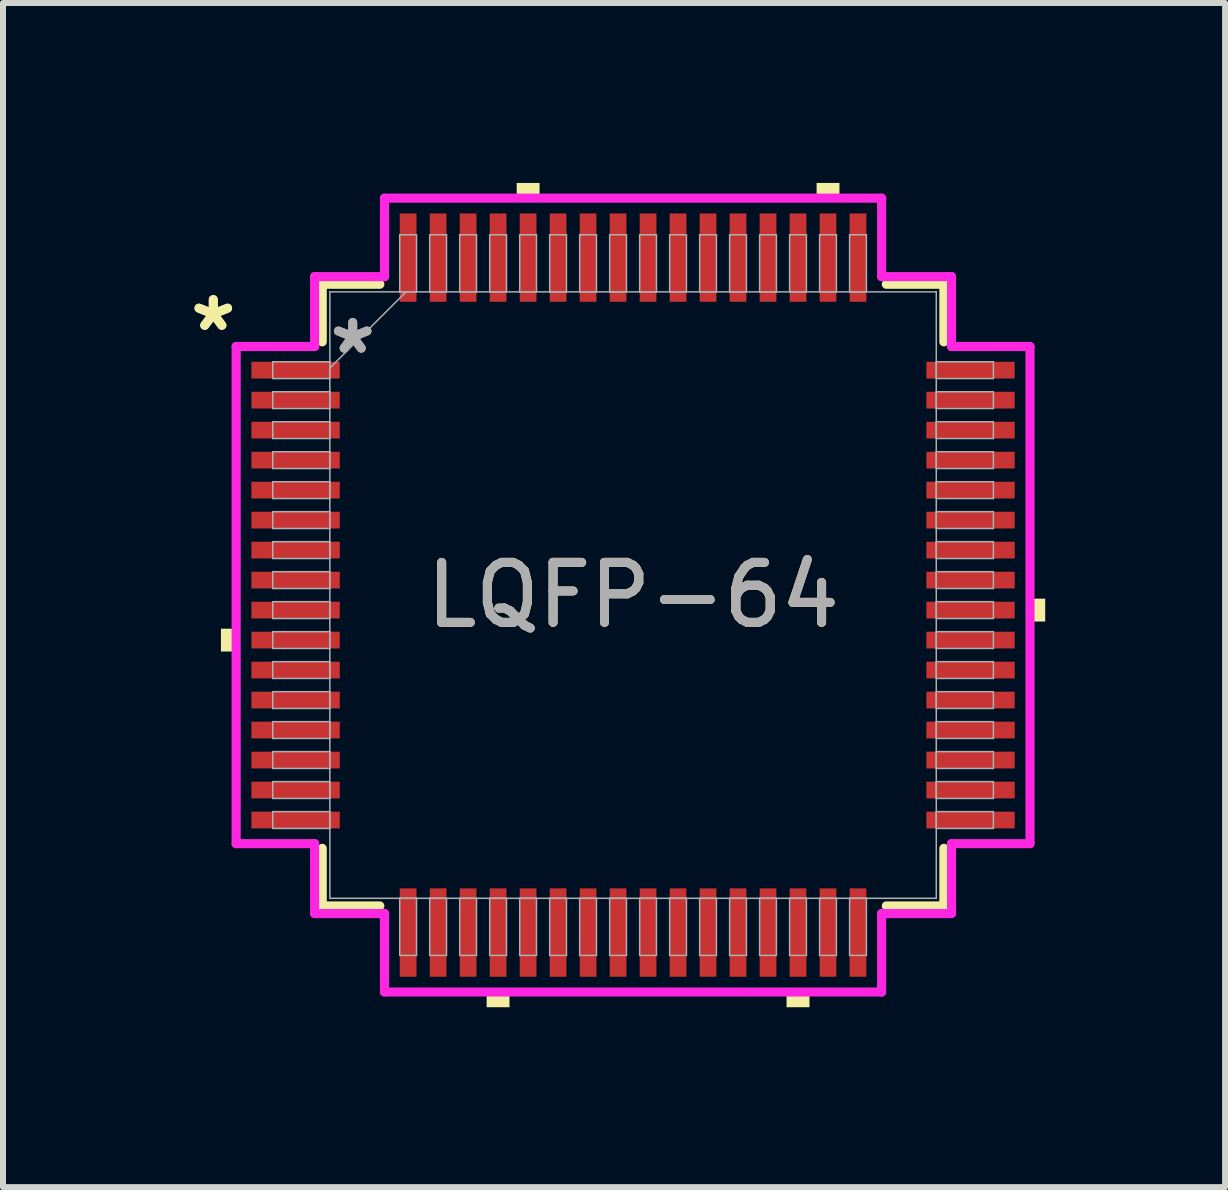
<source format=kicad_pcb>
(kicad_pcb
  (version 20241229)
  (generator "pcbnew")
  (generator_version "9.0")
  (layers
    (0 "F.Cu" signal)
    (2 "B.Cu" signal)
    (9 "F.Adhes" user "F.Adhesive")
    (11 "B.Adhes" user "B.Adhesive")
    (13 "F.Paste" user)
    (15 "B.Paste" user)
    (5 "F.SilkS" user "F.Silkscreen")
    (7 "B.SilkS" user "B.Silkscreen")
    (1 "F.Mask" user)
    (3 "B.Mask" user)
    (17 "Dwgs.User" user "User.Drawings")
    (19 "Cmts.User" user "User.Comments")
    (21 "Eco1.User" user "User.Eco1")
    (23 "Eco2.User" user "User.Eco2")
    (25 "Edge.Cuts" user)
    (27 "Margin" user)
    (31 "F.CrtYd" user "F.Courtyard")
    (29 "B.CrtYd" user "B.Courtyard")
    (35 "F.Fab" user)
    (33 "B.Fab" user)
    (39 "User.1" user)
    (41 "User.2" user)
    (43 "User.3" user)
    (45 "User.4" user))
  (footprint "LQFP-64"
    (layer "F.Cu")
    (at 7.504 6.871)
    (property "Reference" "LQFP-64" (at 0 0 0) (unlocked yes) (layer "F.SilkS") (effects (font (size 1 1) (thickness 0.15))))
    (attr smd)
    (fp_line (start -5.182 -5.182) (end -5.182 -4.222) (stroke (width 0.152) (type solid)) (layer "F.SilkS"))
    (fp_line (start -5.182 4.222) (end -5.182 5.182) (stroke (width 0.152) (type solid)) (layer "F.SilkS"))
    (fp_line (start -5.182 5.182) (end -4.222 5.182) (stroke (width 0.152) (type solid)) (layer "F.SilkS"))
    (fp_line (start -4.222 -5.182) (end -5.182 -5.182) (stroke (width 0.152) (type solid)) (layer "F.SilkS"))
    (fp_line (start 4.222 5.182) (end 5.182 5.182) (stroke (width 0.152) (type solid)) (layer "F.SilkS"))
    (fp_line (start 5.182 -5.182) (end 4.222 -5.182) (stroke (width 0.152) (type solid)) (layer "F.SilkS"))
    (fp_line (start 5.182 -4.222) (end 5.182 -5.182) (stroke (width 0.152) (type solid)) (layer "F.SilkS"))
    (fp_line (start 5.182 5.182) (end 5.182 4.222) (stroke (width 0.152) (type solid)) (layer "F.SilkS"))
    (fp_poly (pts (xy -6.871 0.56) (xy -6.871 0.941) (xy -6.617 0.941) (xy -6.617 0.56)) (stroke (width 0) (type solid)) (fill yes) (layer "F.SilkS"))
    (fp_poly (pts (xy -2.441 6.617) (xy -2.441 6.871) (xy -2.06 6.871) (xy -2.06 6.617)) (stroke (width 0) (type solid)) (fill yes) (layer "F.SilkS"))
    (fp_poly (pts (xy -1.94 -6.617) (xy -1.94 -6.871) (xy -1.559 -6.871) (xy -1.559 -6.617)) (stroke (width 0) (type solid)) (fill yes) (layer "F.SilkS"))
    (fp_poly (pts (xy 2.559 6.617) (xy 2.559 6.871) (xy 2.941 6.871) (xy 2.941 6.617)) (stroke (width 0) (type solid)) (fill yes) (layer "F.SilkS"))
    (fp_poly (pts (xy 3.06 -6.617) (xy 3.06 -6.871) (xy 3.441 -6.871) (xy 3.441 -6.617)) (stroke (width 0) (type solid)) (fill yes) (layer "F.SilkS"))
    (fp_poly (pts (xy 6.871 0.059) (xy 6.871 0.441) (xy 6.617 0.441) (xy 6.617 0.059)) (stroke (width 0) (type solid)) (fill yes) (layer "F.SilkS"))
    (fp_line (start -6.617 -4.144) (end -5.309 -4.144) (stroke (width 0.152) (type solid)) (layer "F.CrtYd"))
    (fp_line (start -6.617 4.144) (end -6.617 -4.144) (stroke (width 0.152) (type solid)) (layer "F.CrtYd"))
    (fp_line (start -5.309 -5.309) (end -4.144 -5.309) (stroke (width 0.152) (type solid)) (layer "F.CrtYd"))
    (fp_line (start -5.309 -4.144) (end -5.309 -5.309) (stroke (width 0.152) (type solid)) (layer "F.CrtYd"))
    (fp_line (start -5.309 4.144) (end -6.617 4.144) (stroke (width 0.152) (type solid)) (layer "F.CrtYd"))
    (fp_line (start -5.309 5.309) (end -5.309 4.144) (stroke (width 0.152) (type solid)) (layer "F.CrtYd"))
    (fp_line (start -5.309 5.309) (end -4.144 5.309) (stroke (width 0.152) (type solid)) (layer "F.CrtYd"))
    (fp_line (start -4.144 -6.617) (end 4.144 -6.617) (stroke (width 0.152) (type solid)) (layer "F.CrtYd"))
    (fp_line (start -4.144 -5.309) (end -4.144 -6.617) (stroke (width 0.152) (type solid)) (layer "F.CrtYd"))
    (fp_line (start -4.144 5.309) (end -4.144 6.617) (stroke (width 0.152) (type solid)) (layer "F.CrtYd"))
    (fp_line (start -4.144 6.617) (end 4.144 6.617) (stroke (width 0.152) (type solid)) (layer "F.CrtYd"))
    (fp_line (start 4.144 -6.617) (end 4.144 -5.309) (stroke (width 0.152) (type solid)) (layer "F.CrtYd"))
    (fp_line (start 4.144 -5.309) (end 5.309 -5.309) (stroke (width 0.152) (type solid)) (layer "F.CrtYd"))
    (fp_line (start 4.144 5.309) (end 5.309 5.309) (stroke (width 0.152) (type solid)) (layer "F.CrtYd"))
    (fp_line (start 4.144 6.617) (end 4.144 5.309) (stroke (width 0.152) (type solid)) (layer "F.CrtYd"))
    (fp_line (start 5.309 -4.144) (end 5.309 -5.309) (stroke (width 0.152) (type solid)) (layer "F.CrtYd"))
    (fp_line (start 5.309 4.144) (end 6.617 4.144) (stroke (width 0.152) (type solid)) (layer "F.CrtYd"))
    (fp_line (start 5.309 5.309) (end 5.309 4.144) (stroke (width 0.152) (type solid)) (layer "F.CrtYd"))
    (fp_line (start 6.617 -4.144) (end 5.309 -4.144) (stroke (width 0.152) (type solid)) (layer "F.CrtYd"))
    (fp_line (start 6.617 4.144) (end 6.617 -4.144) (stroke (width 0.152) (type solid)) (layer "F.CrtYd"))
    (fp_line (start -6.007 -3.89) (end -6.007 -3.61) (stroke (width 0.025) (type solid)) (layer "F.Fab"))
    (fp_line (start -6.007 -3.61) (end -5.055 -3.61) (stroke (width 0.025) (type solid)) (layer "F.Fab"))
    (fp_line (start -6.007 -3.39) (end -6.007 -3.11) (stroke (width 0.025) (type solid)) (layer "F.Fab"))
    (fp_line (start -6.007 -3.11) (end -5.055 -3.11) (stroke (width 0.025) (type solid)) (layer "F.Fab"))
    (fp_line (start -6.007 -2.89) (end -6.007 -2.61) (stroke (width 0.025) (type solid)) (layer "F.Fab"))
    (fp_line (start -6.007 -2.61) (end -5.055 -2.61) (stroke (width 0.025) (type solid)) (layer "F.Fab"))
    (fp_line (start -6.007 -2.39) (end -6.007 -2.11) (stroke (width 0.025) (type solid)) (layer "F.Fab"))
    (fp_line (start -6.007 -2.11) (end -5.055 -2.11) (stroke (width 0.025) (type solid)) (layer "F.Fab"))
    (fp_line (start -6.007 -1.89) (end -6.007 -1.61) (stroke (width 0.025) (type solid)) (layer "F.Fab"))
    (fp_line (start -6.007 -1.61) (end -5.055 -1.61) (stroke (width 0.025) (type solid)) (layer "F.Fab"))
    (fp_line (start -6.007 -1.39) (end -6.007 -1.11) (stroke (width 0.025) (type solid)) (layer "F.Fab"))
    (fp_line (start -6.007 -1.11) (end -5.055 -1.11) (stroke (width 0.025) (type solid)) (layer "F.Fab"))
    (fp_line (start -6.007 -0.89) (end -6.007 -0.61) (stroke (width 0.025) (type solid)) (layer "F.Fab"))
    (fp_line (start -6.007 -0.61) (end -5.055 -0.61) (stroke (width 0.025) (type solid)) (layer "F.Fab"))
    (fp_line (start -6.007 -0.39) (end -6.007 -0.11) (stroke (width 0.025) (type solid)) (layer "F.Fab"))
    (fp_line (start -6.007 -0.11) (end -5.055 -0.11) (stroke (width 0.025) (type solid)) (layer "F.Fab"))
    (fp_line (start -6.007 0.11) (end -6.007 0.39) (stroke (width 0.025) (type solid)) (layer "F.Fab"))
    (fp_line (start -6.007 0.39) (end -5.055 0.39) (stroke (width 0.025) (type solid)) (layer "F.Fab"))
    (fp_line (start -6.007 0.61) (end -6.007 0.89) (stroke (width 0.025) (type solid)) (layer "F.Fab"))
    (fp_line (start -6.007 0.89) (end -5.055 0.89) (stroke (width 0.025) (type solid)) (layer "F.Fab"))
    (fp_line (start -6.007 1.11) (end -6.007 1.39) (stroke (width 0.025) (type solid)) (layer "F.Fab"))
    (fp_line (start -6.007 1.39) (end -5.055 1.39) (stroke (width 0.025) (type solid)) (layer "F.Fab"))
    (fp_line (start -6.007 1.61) (end -6.007 1.89) (stroke (width 0.025) (type solid)) (layer "F.Fab"))
    (fp_line (start -6.007 1.89) (end -5.055 1.89) (stroke (width 0.025) (type solid)) (layer "F.Fab"))
    (fp_line (start -6.007 2.11) (end -6.007 2.39) (stroke (width 0.025) (type solid)) (layer "F.Fab"))
    (fp_line (start -6.007 2.39) (end -5.055 2.39) (stroke (width 0.025) (type solid)) (layer "F.Fab"))
    (fp_line (start -6.007 2.61) (end -6.007 2.89) (stroke (width 0.025) (type solid)) (layer "F.Fab"))
    (fp_line (start -6.007 2.89) (end -5.055 2.89) (stroke (width 0.025) (type solid)) (layer "F.Fab"))
    (fp_line (start -6.007 3.11) (end -6.007 3.39) (stroke (width 0.025) (type solid)) (layer "F.Fab"))
    (fp_line (start -6.007 3.39) (end -5.055 3.39) (stroke (width 0.025) (type solid)) (layer "F.Fab"))
    (fp_line (start -6.007 3.61) (end -6.007 3.89) (stroke (width 0.025) (type solid)) (layer "F.Fab"))
    (fp_line (start -6.007 3.89) (end -5.055 3.89) (stroke (width 0.025) (type solid)) (layer "F.Fab"))
    (fp_line (start -5.055 -5.055) (end -5.055 5.055) (stroke (width 0.025) (type solid)) (layer "F.Fab"))
    (fp_line (start -5.055 -3.89) (end -6.007 -3.89) (stroke (width 0.025) (type solid)) (layer "F.Fab"))
    (fp_line (start -5.055 -3.785) (end -3.785 -5.055) (stroke (width 0.025) (type solid)) (layer "F.Fab"))
    (fp_line (start -5.055 -3.61) (end -5.055 -3.89) (stroke (width 0.025) (type solid)) (layer "F.Fab"))
    (fp_line (start -5.055 -3.39) (end -6.007 -3.39) (stroke (width 0.025) (type solid)) (layer "F.Fab"))
    (fp_line (start -5.055 -3.11) (end -5.055 -3.39) (stroke (width 0.025) (type solid)) (layer "F.Fab"))
    (fp_line (start -5.055 -2.89) (end -6.007 -2.89) (stroke (width 0.025) (type solid)) (layer "F.Fab"))
    (fp_line (start -5.055 -2.61) (end -5.055 -2.89) (stroke (width 0.025) (type solid)) (layer "F.Fab"))
    (fp_line (start -5.055 -2.39) (end -6.007 -2.39) (stroke (width 0.025) (type solid)) (layer "F.Fab"))
    (fp_line (start -5.055 -2.11) (end -5.055 -2.39) (stroke (width 0.025) (type solid)) (layer "F.Fab"))
    (fp_line (start -5.055 -1.89) (end -6.007 -1.89) (stroke (width 0.025) (type solid)) (layer "F.Fab"))
    (fp_line (start -5.055 -1.61) (end -5.055 -1.89) (stroke (width 0.025) (type solid)) (layer "F.Fab"))
    (fp_line (start -5.055 -1.39) (end -6.007 -1.39) (stroke (width 0.025) (type solid)) (layer "F.Fab"))
    (fp_line (start -5.055 -1.11) (end -5.055 -1.39) (stroke (width 0.025) (type solid)) (layer "F.Fab"))
    (fp_line (start -5.055 -0.89) (end -6.007 -0.89) (stroke (width 0.025) (type solid)) (layer "F.Fab"))
    (fp_line (start -5.055 -0.61) (end -5.055 -0.89) (stroke (width 0.025) (type solid)) (layer "F.Fab"))
    (fp_line (start -5.055 -0.39) (end -6.007 -0.39) (stroke (width 0.025) (type solid)) (layer "F.Fab"))
    (fp_line (start -5.055 -0.11) (end -5.055 -0.39) (stroke (width 0.025) (type solid)) (layer "F.Fab"))
    (fp_line (start -5.055 0.11) (end -6.007 0.11) (stroke (width 0.025) (type solid)) (layer "F.Fab"))
    (fp_line (start -5.055 0.39) (end -5.055 0.11) (stroke (width 0.025) (type solid)) (layer "F.Fab"))
    (fp_line (start -5.055 0.61) (end -6.007 0.61) (stroke (width 0.025) (type solid)) (layer "F.Fab"))
    (fp_line (start -5.055 0.89) (end -5.055 0.61) (stroke (width 0.025) (type solid)) (layer "F.Fab"))
    (fp_line (start -5.055 1.11) (end -6.007 1.11) (stroke (width 0.025) (type solid)) (layer "F.Fab"))
    (fp_line (start -5.055 1.39) (end -5.055 1.11) (stroke (width 0.025) (type solid)) (layer "F.Fab"))
    (fp_line (start -5.055 1.61) (end -6.007 1.61) (stroke (width 0.025) (type solid)) (layer "F.Fab"))
    (fp_line (start -5.055 1.89) (end -5.055 1.61) (stroke (width 0.025) (type solid)) (layer "F.Fab"))
    (fp_line (start -5.055 2.11) (end -6.007 2.11) (stroke (width 0.025) (type solid)) (layer "F.Fab"))
    (fp_line (start -5.055 2.39) (end -5.055 2.11) (stroke (width 0.025) (type solid)) (layer "F.Fab"))
    (fp_line (start -5.055 2.61) (end -6.007 2.61) (stroke (width 0.025) (type solid)) (layer "F.Fab"))
    (fp_line (start -5.055 2.89) (end -5.055 2.61) (stroke (width 0.025) (type solid)) (layer "F.Fab"))
    (fp_line (start -5.055 3.11) (end -6.007 3.11) (stroke (width 0.025) (type solid)) (layer "F.Fab"))
    (fp_line (start -5.055 3.39) (end -5.055 3.11) (stroke (width 0.025) (type solid)) (layer "F.Fab"))
    (fp_line (start -5.055 3.61) (end -6.007 3.61) (stroke (width 0.025) (type solid)) (layer "F.Fab"))
    (fp_line (start -5.055 3.89) (end -5.055 3.61) (stroke (width 0.025) (type solid)) (layer "F.Fab"))
    (fp_line (start -5.055 5.055) (end 5.055 5.055) (stroke (width 0.025) (type solid)) (layer "F.Fab"))
    (fp_line (start -3.89 -6.007) (end -3.89 -5.055) (stroke (width 0.025) (type solid)) (layer "F.Fab"))
    (fp_line (start -3.89 -5.055) (end -3.61 -5.055) (stroke (width 0.025) (type solid)) (layer "F.Fab"))
    (fp_line (start -3.89 5.055) (end -3.89 6.007) (stroke (width 0.025) (type solid)) (layer "F.Fab"))
    (fp_line (start -3.89 6.007) (end -3.61 6.007) (stroke (width 0.025) (type solid)) (layer "F.Fab"))
    (fp_line (start -3.61 -6.007) (end -3.89 -6.007) (stroke (width 0.025) (type solid)) (layer "F.Fab"))
    (fp_line (start -3.61 -5.055) (end -3.61 -6.007) (stroke (width 0.025) (type solid)) (layer "F.Fab"))
    (fp_line (start -3.61 5.055) (end -3.89 5.055) (stroke (width 0.025) (type solid)) (layer "F.Fab"))
    (fp_line (start -3.61 6.007) (end -3.61 5.055) (stroke (width 0.025) (type solid)) (layer "F.Fab"))
    (fp_line (start -3.39 -6.007) (end -3.39 -5.055) (stroke (width 0.025) (type solid)) (layer "F.Fab"))
    (fp_line (start -3.39 -5.055) (end -3.11 -5.055) (stroke (width 0.025) (type solid)) (layer "F.Fab"))
    (fp_line (start -3.39 5.055) (end -3.39 6.007) (stroke (width 0.025) (type solid)) (layer "F.Fab"))
    (fp_line (start -3.39 6.007) (end -3.11 6.007) (stroke (width 0.025) (type solid)) (layer "F.Fab"))
    (fp_line (start -3.11 -6.007) (end -3.39 -6.007) (stroke (width 0.025) (type solid)) (layer "F.Fab"))
    (fp_line (start -3.11 -5.055) (end -3.11 -6.007) (stroke (width 0.025) (type solid)) (layer "F.Fab"))
    (fp_line (start -3.11 5.055) (end -3.39 5.055) (stroke (width 0.025) (type solid)) (layer "F.Fab"))
    (fp_line (start -3.11 6.007) (end -3.11 5.055) (stroke (width 0.025) (type solid)) (layer "F.Fab"))
    (fp_line (start -2.89 -6.007) (end -2.89 -5.055) (stroke (width 0.025) (type solid)) (layer "F.Fab"))
    (fp_line (start -2.89 -5.055) (end -2.61 -5.055) (stroke (width 0.025) (type solid)) (layer "F.Fab"))
    (fp_line (start -2.89 5.055) (end -2.89 6.007) (stroke (width 0.025) (type solid)) (layer "F.Fab"))
    (fp_line (start -2.89 6.007) (end -2.61 6.007) (stroke (width 0.025) (type solid)) (layer "F.Fab"))
    (fp_line (start -2.61 -6.007) (end -2.89 -6.007) (stroke (width 0.025) (type solid)) (layer "F.Fab"))
    (fp_line (start -2.61 -5.055) (end -2.61 -6.007) (stroke (width 0.025) (type solid)) (layer "F.Fab"))
    (fp_line (start -2.61 5.055) (end -2.89 5.055) (stroke (width 0.025) (type solid)) (layer "F.Fab"))
    (fp_line (start -2.61 6.007) (end -2.61 5.055) (stroke (width 0.025) (type solid)) (layer "F.Fab"))
    (fp_line (start -2.39 -6.007) (end -2.39 -5.055) (stroke (width 0.025) (type solid)) (layer "F.Fab"))
    (fp_line (start -2.39 -5.055) (end -2.11 -5.055) (stroke (width 0.025) (type solid)) (layer "F.Fab"))
    (fp_line (start -2.39 5.055) (end -2.39 6.007) (stroke (width 0.025) (type solid)) (layer "F.Fab"))
    (fp_line (start -2.39 6.007) (end -2.11 6.007) (stroke (width 0.025) (type solid)) (layer "F.Fab"))
    (fp_line (start -2.11 -6.007) (end -2.39 -6.007) (stroke (width 0.025) (type solid)) (layer "F.Fab"))
    (fp_line (start -2.11 -5.055) (end -2.11 -6.007) (stroke (width 0.025) (type solid)) (layer "F.Fab"))
    (fp_line (start -2.11 5.055) (end -2.39 5.055) (stroke (width 0.025) (type solid)) (layer "F.Fab"))
    (fp_line (start -2.11 6.007) (end -2.11 5.055) (stroke (width 0.025) (type solid)) (layer "F.Fab"))
    (fp_line (start -1.89 -6.007) (end -1.89 -5.055) (stroke (width 0.025) (type solid)) (layer "F.Fab"))
    (fp_line (start -1.89 -5.055) (end -1.61 -5.055) (stroke (width 0.025) (type solid)) (layer "F.Fab"))
    (fp_line (start -1.89 5.055) (end -1.89 6.007) (stroke (width 0.025) (type solid)) (layer "F.Fab"))
    (fp_line (start -1.89 6.007) (end -1.61 6.007) (stroke (width 0.025) (type solid)) (layer "F.Fab"))
    (fp_line (start -1.61 -6.007) (end -1.89 -6.007) (stroke (width 0.025) (type solid)) (layer "F.Fab"))
    (fp_line (start -1.61 -5.055) (end -1.61 -6.007) (stroke (width 0.025) (type solid)) (layer "F.Fab"))
    (fp_line (start -1.61 5.055) (end -1.89 5.055) (stroke (width 0.025) (type solid)) (layer "F.Fab"))
    (fp_line (start -1.61 6.007) (end -1.61 5.055) (stroke (width 0.025) (type solid)) (layer "F.Fab"))
    (fp_line (start -1.39 -6.007) (end -1.39 -5.055) (stroke (width 0.025) (type solid)) (layer "F.Fab"))
    (fp_line (start -1.39 -5.055) (end -1.11 -5.055) (stroke (width 0.025) (type solid)) (layer "F.Fab"))
    (fp_line (start -1.39 5.055) (end -1.39 6.007) (stroke (width 0.025) (type solid)) (layer "F.Fab"))
    (fp_line (start -1.39 6.007) (end -1.11 6.007) (stroke (width 0.025) (type solid)) (layer "F.Fab"))
    (fp_line (start -1.11 -6.007) (end -1.39 -6.007) (stroke (width 0.025) (type solid)) (layer "F.Fab"))
    (fp_line (start -1.11 -5.055) (end -1.11 -6.007) (stroke (width 0.025) (type solid)) (layer "F.Fab"))
    (fp_line (start -1.11 5.055) (end -1.39 5.055) (stroke (width 0.025) (type solid)) (layer "F.Fab"))
    (fp_line (start -1.11 6.007) (end -1.11 5.055) (stroke (width 0.025) (type solid)) (layer "F.Fab"))
    (fp_line (start -0.89 -6.007) (end -0.89 -5.055) (stroke (width 0.025) (type solid)) (layer "F.Fab"))
    (fp_line (start -0.89 -5.055) (end -0.61 -5.055) (stroke (width 0.025) (type solid)) (layer "F.Fab"))
    (fp_line (start -0.89 5.055) (end -0.89 6.007) (stroke (width 0.025) (type solid)) (layer "F.Fab"))
    (fp_line (start -0.89 6.007) (end -0.61 6.007) (stroke (width 0.025) (type solid)) (layer "F.Fab"))
    (fp_line (start -0.61 -6.007) (end -0.89 -6.007) (stroke (width 0.025) (type solid)) (layer "F.Fab"))
    (fp_line (start -0.61 -5.055) (end -0.61 -6.007) (stroke (width 0.025) (type solid)) (layer "F.Fab"))
    (fp_line (start -0.61 5.055) (end -0.89 5.055) (stroke (width 0.025) (type solid)) (layer "F.Fab"))
    (fp_line (start -0.61 6.007) (end -0.61 5.055) (stroke (width 0.025) (type solid)) (layer "F.Fab"))
    (fp_line (start -0.39 -6.007) (end -0.39 -5.055) (stroke (width 0.025) (type solid)) (layer "F.Fab"))
    (fp_line (start -0.39 -5.055) (end -0.11 -5.055) (stroke (width 0.025) (type solid)) (layer "F.Fab"))
    (fp_line (start -0.39 5.055) (end -0.39 6.007) (stroke (width 0.025) (type solid)) (layer "F.Fab"))
    (fp_line (start -0.39 6.007) (end -0.11 6.007) (stroke (width 0.025) (type solid)) (layer "F.Fab"))
    (fp_line (start -0.11 -6.007) (end -0.39 -6.007) (stroke (width 0.025) (type solid)) (layer "F.Fab"))
    (fp_line (start -0.11 -5.055) (end -0.11 -6.007) (stroke (width 0.025) (type solid)) (layer "F.Fab"))
    (fp_line (start -0.11 5.055) (end -0.39 5.055) (stroke (width 0.025) (type solid)) (layer "F.Fab"))
    (fp_line (start -0.11 6.007) (end -0.11 5.055) (stroke (width 0.025) (type solid)) (layer "F.Fab"))
    (fp_line (start 0.11 -6.007) (end 0.11 -5.055) (stroke (width 0.025) (type solid)) (layer "F.Fab"))
    (fp_line (start 0.11 -5.055) (end 0.39 -5.055) (stroke (width 0.025) (type solid)) (layer "F.Fab"))
    (fp_line (start 0.11 5.055) (end 0.11 6.007) (stroke (width 0.025) (type solid)) (layer "F.Fab"))
    (fp_line (start 0.11 6.007) (end 0.39 6.007) (stroke (width 0.025) (type solid)) (layer "F.Fab"))
    (fp_line (start 0.39 -6.007) (end 0.11 -6.007) (stroke (width 0.025) (type solid)) (layer "F.Fab"))
    (fp_line (start 0.39 -5.055) (end 0.39 -6.007) (stroke (width 0.025) (type solid)) (layer "F.Fab"))
    (fp_line (start 0.39 5.055) (end 0.11 5.055) (stroke (width 0.025) (type solid)) (layer "F.Fab"))
    (fp_line (start 0.39 6.007) (end 0.39 5.055) (stroke (width 0.025) (type solid)) (layer "F.Fab"))
    (fp_line (start 0.61 -6.007) (end 0.61 -5.055) (stroke (width 0.025) (type solid)) (layer "F.Fab"))
    (fp_line (start 0.61 -5.055) (end 0.89 -5.055) (stroke (width 0.025) (type solid)) (layer "F.Fab"))
    (fp_line (start 0.61 5.055) (end 0.61 6.007) (stroke (width 0.025) (type solid)) (layer "F.Fab"))
    (fp_line (start 0.61 6.007) (end 0.89 6.007) (stroke (width 0.025) (type solid)) (layer "F.Fab"))
    (fp_line (start 0.89 -6.007) (end 0.61 -6.007) (stroke (width 0.025) (type solid)) (layer "F.Fab"))
    (fp_line (start 0.89 -5.055) (end 0.89 -6.007) (stroke (width 0.025) (type solid)) (layer "F.Fab"))
    (fp_line (start 0.89 5.055) (end 0.61 5.055) (stroke (width 0.025) (type solid)) (layer "F.Fab"))
    (fp_line (start 0.89 6.007) (end 0.89 5.055) (stroke (width 0.025) (type solid)) (layer "F.Fab"))
    (fp_line (start 1.11 -6.007) (end 1.11 -5.055) (stroke (width 0.025) (type solid)) (layer "F.Fab"))
    (fp_line (start 1.11 -5.055) (end 1.39 -5.055) (stroke (width 0.025) (type solid)) (layer "F.Fab"))
    (fp_line (start 1.11 5.055) (end 1.11 6.007) (stroke (width 0.025) (type solid)) (layer "F.Fab"))
    (fp_line (start 1.11 6.007) (end 1.39 6.007) (stroke (width 0.025) (type solid)) (layer "F.Fab"))
    (fp_line (start 1.39 -6.007) (end 1.11 -6.007) (stroke (width 0.025) (type solid)) (layer "F.Fab"))
    (fp_line (start 1.39 -5.055) (end 1.39 -6.007) (stroke (width 0.025) (type solid)) (layer "F.Fab"))
    (fp_line (start 1.39 5.055) (end 1.11 5.055) (stroke (width 0.025) (type solid)) (layer "F.Fab"))
    (fp_line (start 1.39 6.007) (end 1.39 5.055) (stroke (width 0.025) (type solid)) (layer "F.Fab"))
    (fp_line (start 1.61 -6.007) (end 1.61 -5.055) (stroke (width 0.025) (type solid)) (layer "F.Fab"))
    (fp_line (start 1.61 -5.055) (end 1.89 -5.055) (stroke (width 0.025) (type solid)) (layer "F.Fab"))
    (fp_line (start 1.61 5.055) (end 1.61 6.007) (stroke (width 0.025) (type solid)) (layer "F.Fab"))
    (fp_line (start 1.61 6.007) (end 1.89 6.007) (stroke (width 0.025) (type solid)) (layer "F.Fab"))
    (fp_line (start 1.89 -6.007) (end 1.61 -6.007) (stroke (width 0.025) (type solid)) (layer "F.Fab"))
    (fp_line (start 1.89 -5.055) (end 1.89 -6.007) (stroke (width 0.025) (type solid)) (layer "F.Fab"))
    (fp_line (start 1.89 5.055) (end 1.61 5.055) (stroke (width 0.025) (type solid)) (layer "F.Fab"))
    (fp_line (start 1.89 6.007) (end 1.89 5.055) (stroke (width 0.025) (type solid)) (layer "F.Fab"))
    (fp_line (start 2.11 -6.007) (end 2.11 -5.055) (stroke (width 0.025) (type solid)) (layer "F.Fab"))
    (fp_line (start 2.11 -5.055) (end 2.39 -5.055) (stroke (width 0.025) (type solid)) (layer "F.Fab"))
    (fp_line (start 2.11 5.055) (end 2.11 6.007) (stroke (width 0.025) (type solid)) (layer "F.Fab"))
    (fp_line (start 2.11 6.007) (end 2.39 6.007) (stroke (width 0.025) (type solid)) (layer "F.Fab"))
    (fp_line (start 2.39 -6.007) (end 2.11 -6.007) (stroke (width 0.025) (type solid)) (layer "F.Fab"))
    (fp_line (start 2.39 -5.055) (end 2.39 -6.007) (stroke (width 0.025) (type solid)) (layer "F.Fab"))
    (fp_line (start 2.39 5.055) (end 2.11 5.055) (stroke (width 0.025) (type solid)) (layer "F.Fab"))
    (fp_line (start 2.39 6.007) (end 2.39 5.055) (stroke (width 0.025) (type solid)) (layer "F.Fab"))
    (fp_line (start 2.61 -6.007) (end 2.61 -5.055) (stroke (width 0.025) (type solid)) (layer "F.Fab"))
    (fp_line (start 2.61 -5.055) (end 2.89 -5.055) (stroke (width 0.025) (type solid)) (layer "F.Fab"))
    (fp_line (start 2.61 5.055) (end 2.61 6.007) (stroke (width 0.025) (type solid)) (layer "F.Fab"))
    (fp_line (start 2.61 6.007) (end 2.89 6.007) (stroke (width 0.025) (type solid)) (layer "F.Fab"))
    (fp_line (start 2.89 -6.007) (end 2.61 -6.007) (stroke (width 0.025) (type solid)) (layer "F.Fab"))
    (fp_line (start 2.89 -5.055) (end 2.89 -6.007) (stroke (width 0.025) (type solid)) (layer "F.Fab"))
    (fp_line (start 2.89 5.055) (end 2.61 5.055) (stroke (width 0.025) (type solid)) (layer "F.Fab"))
    (fp_line (start 2.89 6.007) (end 2.89 5.055) (stroke (width 0.025) (type solid)) (layer "F.Fab"))
    (fp_line (start 3.11 -6.007) (end 3.11 -5.055) (stroke (width 0.025) (type solid)) (layer "F.Fab"))
    (fp_line (start 3.11 -5.055) (end 3.39 -5.055) (stroke (width 0.025) (type solid)) (layer "F.Fab"))
    (fp_line (start 3.11 5.055) (end 3.11 6.007) (stroke (width 0.025) (type solid)) (layer "F.Fab"))
    (fp_line (start 3.11 6.007) (end 3.39 6.007) (stroke (width 0.025) (type solid)) (layer "F.Fab"))
    (fp_line (start 3.39 -6.007) (end 3.11 -6.007) (stroke (width 0.025) (type solid)) (layer "F.Fab"))
    (fp_line (start 3.39 -5.055) (end 3.39 -6.007) (stroke (width 0.025) (type solid)) (layer "F.Fab"))
    (fp_line (start 3.39 5.055) (end 3.11 5.055) (stroke (width 0.025) (type solid)) (layer "F.Fab"))
    (fp_line (start 3.39 6.007) (end 3.39 5.055) (stroke (width 0.025) (type solid)) (layer "F.Fab"))
    (fp_line (start 3.61 -6.007) (end 3.61 -5.055) (stroke (width 0.025) (type solid)) (layer "F.Fab"))
    (fp_line (start 3.61 -5.055) (end 3.89 -5.055) (stroke (width 0.025) (type solid)) (layer "F.Fab"))
    (fp_line (start 3.61 5.055) (end 3.61 6.007) (stroke (width 0.025) (type solid)) (layer "F.Fab"))
    (fp_line (start 3.61 6.007) (end 3.89 6.007) (stroke (width 0.025) (type solid)) (layer "F.Fab"))
    (fp_line (start 3.89 -6.007) (end 3.61 -6.007) (stroke (width 0.025) (type solid)) (layer "F.Fab"))
    (fp_line (start 3.89 -5.055) (end 3.89 -6.007) (stroke (width 0.025) (type solid)) (layer "F.Fab"))
    (fp_line (start 3.89 5.055) (end 3.61 5.055) (stroke (width 0.025) (type solid)) (layer "F.Fab"))
    (fp_line (start 3.89 6.007) (end 3.89 5.055) (stroke (width 0.025) (type solid)) (layer "F.Fab"))
    (fp_line (start 5.055 -5.055) (end -5.055 -5.055) (stroke (width 0.025) (type solid)) (layer "F.Fab"))
    (fp_line (start 5.055 -3.89) (end 5.055 -3.61) (stroke (width 0.025) (type solid)) (layer "F.Fab"))
    (fp_line (start 5.055 -3.61) (end 6.007 -3.61) (stroke (width 0.025) (type solid)) (layer "F.Fab"))
    (fp_line (start 5.055 -3.39) (end 5.055 -3.11) (stroke (width 0.025) (type solid)) (layer "F.Fab"))
    (fp_line (start 5.055 -3.11) (end 6.007 -3.11) (stroke (width 0.025) (type solid)) (layer "F.Fab"))
    (fp_line (start 5.055 -2.89) (end 5.055 -2.61) (stroke (width 0.025) (type solid)) (layer "F.Fab"))
    (fp_line (start 5.055 -2.61) (end 6.007 -2.61) (stroke (width 0.025) (type solid)) (layer "F.Fab"))
    (fp_line (start 5.055 -2.39) (end 5.055 -2.11) (stroke (width 0.025) (type solid)) (layer "F.Fab"))
    (fp_line (start 5.055 -2.11) (end 6.007 -2.11) (stroke (width 0.025) (type solid)) (layer "F.Fab"))
    (fp_line (start 5.055 -1.89) (end 5.055 -1.61) (stroke (width 0.025) (type solid)) (layer "F.Fab"))
    (fp_line (start 5.055 -1.61) (end 6.007 -1.61) (stroke (width 0.025) (type solid)) (layer "F.Fab"))
    (fp_line (start 5.055 -1.39) (end 5.055 -1.11) (stroke (width 0.025) (type solid)) (layer "F.Fab"))
    (fp_line (start 5.055 -1.11) (end 6.007 -1.11) (stroke (width 0.025) (type solid)) (layer "F.Fab"))
    (fp_line (start 5.055 -0.89) (end 5.055 -0.61) (stroke (width 0.025) (type solid)) (layer "F.Fab"))
    (fp_line (start 5.055 -0.61) (end 6.007 -0.61) (stroke (width 0.025) (type solid)) (layer "F.Fab"))
    (fp_line (start 5.055 -0.39) (end 5.055 -0.11) (stroke (width 0.025) (type solid)) (layer "F.Fab"))
    (fp_line (start 5.055 -0.11) (end 6.007 -0.11) (stroke (width 0.025) (type solid)) (layer "F.Fab"))
    (fp_line (start 5.055 0.11) (end 5.055 0.39) (stroke (width 0.025) (type solid)) (layer "F.Fab"))
    (fp_line (start 5.055 0.39) (end 6.007 0.39) (stroke (width 0.025) (type solid)) (layer "F.Fab"))
    (fp_line (start 5.055 0.61) (end 5.055 0.89) (stroke (width 0.025) (type solid)) (layer "F.Fab"))
    (fp_line (start 5.055 0.89) (end 6.007 0.89) (stroke (width 0.025) (type solid)) (layer "F.Fab"))
    (fp_line (start 5.055 1.11) (end 5.055 1.39) (stroke (width 0.025) (type solid)) (layer "F.Fab"))
    (fp_line (start 5.055 1.39) (end 6.007 1.39) (stroke (width 0.025) (type solid)) (layer "F.Fab"))
    (fp_line (start 5.055 1.61) (end 5.055 1.89) (stroke (width 0.025) (type solid)) (layer "F.Fab"))
    (fp_line (start 5.055 1.89) (end 6.007 1.89) (stroke (width 0.025) (type solid)) (layer "F.Fab"))
    (fp_line (start 5.055 2.11) (end 5.055 2.39) (stroke (width 0.025) (type solid)) (layer "F.Fab"))
    (fp_line (start 5.055 2.39) (end 6.007 2.39) (stroke (width 0.025) (type solid)) (layer "F.Fab"))
    (fp_line (start 5.055 2.61) (end 5.055 2.89) (stroke (width 0.025) (type solid)) (layer "F.Fab"))
    (fp_line (start 5.055 2.89) (end 6.007 2.89) (stroke (width 0.025) (type solid)) (layer "F.Fab"))
    (fp_line (start 5.055 3.11) (end 5.055 3.39) (stroke (width 0.025) (type solid)) (layer "F.Fab"))
    (fp_line (start 5.055 3.39) (end 6.007 3.39) (stroke (width 0.025) (type solid)) (layer "F.Fab"))
    (fp_line (start 5.055 3.61) (end 5.055 3.89) (stroke (width 0.025) (type solid)) (layer "F.Fab"))
    (fp_line (start 5.055 3.89) (end 6.007 3.89) (stroke (width 0.025) (type solid)) (layer "F.Fab"))
    (fp_line (start 5.055 5.055) (end 5.055 -5.055) (stroke (width 0.025) (type solid)) (layer "F.Fab"))
    (fp_line (start 6.007 -3.89) (end 5.055 -3.89) (stroke (width 0.025) (type solid)) (layer "F.Fab"))
    (fp_line (start 6.007 -3.61) (end 6.007 -3.89) (stroke (width 0.025) (type solid)) (layer "F.Fab"))
    (fp_line (start 6.007 -3.39) (end 5.055 -3.39) (stroke (width 0.025) (type solid)) (layer "F.Fab"))
    (fp_line (start 6.007 -3.11) (end 6.007 -3.39) (stroke (width 0.025) (type solid)) (layer "F.Fab"))
    (fp_line (start 6.007 -2.89) (end 5.055 -2.89) (stroke (width 0.025) (type solid)) (layer "F.Fab"))
    (fp_line (start 6.007 -2.61) (end 6.007 -2.89) (stroke (width 0.025) (type solid)) (layer "F.Fab"))
    (fp_line (start 6.007 -2.39) (end 5.055 -2.39) (stroke (width 0.025) (type solid)) (layer "F.Fab"))
    (fp_line (start 6.007 -2.11) (end 6.007 -2.39) (stroke (width 0.025) (type solid)) (layer "F.Fab"))
    (fp_line (start 6.007 -1.89) (end 5.055 -1.89) (stroke (width 0.025) (type solid)) (layer "F.Fab"))
    (fp_line (start 6.007 -1.61) (end 6.007 -1.89) (stroke (width 0.025) (type solid)) (layer "F.Fab"))
    (fp_line (start 6.007 -1.39) (end 5.055 -1.39) (stroke (width 0.025) (type solid)) (layer "F.Fab"))
    (fp_line (start 6.007 -1.11) (end 6.007 -1.39) (stroke (width 0.025) (type solid)) (layer "F.Fab"))
    (fp_line (start 6.007 -0.89) (end 5.055 -0.89) (stroke (width 0.025) (type solid)) (layer "F.Fab"))
    (fp_line (start 6.007 -0.61) (end 6.007 -0.89) (stroke (width 0.025) (type solid)) (layer "F.Fab"))
    (fp_line (start 6.007 -0.39) (end 5.055 -0.39) (stroke (width 0.025) (type solid)) (layer "F.Fab"))
    (fp_line (start 6.007 -0.11) (end 6.007 -0.39) (stroke (width 0.025) (type solid)) (layer "F.Fab"))
    (fp_line (start 6.007 0.11) (end 5.055 0.11) (stroke (width 0.025) (type solid)) (layer "F.Fab"))
    (fp_line (start 6.007 0.39) (end 6.007 0.11) (stroke (width 0.025) (type solid)) (layer "F.Fab"))
    (fp_line (start 6.007 0.61) (end 5.055 0.61) (stroke (width 0.025) (type solid)) (layer "F.Fab"))
    (fp_line (start 6.007 0.89) (end 6.007 0.61) (stroke (width 0.025) (type solid)) (layer "F.Fab"))
    (fp_line (start 6.007 1.11) (end 5.055 1.11) (stroke (width 0.025) (type solid)) (layer "F.Fab"))
    (fp_line (start 6.007 1.39) (end 6.007 1.11) (stroke (width 0.025) (type solid)) (layer "F.Fab"))
    (fp_line (start 6.007 1.61) (end 5.055 1.61) (stroke (width 0.025) (type solid)) (layer "F.Fab"))
    (fp_line (start 6.007 1.89) (end 6.007 1.61) (stroke (width 0.025) (type solid)) (layer "F.Fab"))
    (fp_line (start 6.007 2.11) (end 5.055 2.11) (stroke (width 0.025) (type solid)) (layer "F.Fab"))
    (fp_line (start 6.007 2.39) (end 6.007 2.11) (stroke (width 0.025) (type solid)) (layer "F.Fab"))
    (fp_line (start 6.007 2.61) (end 5.055 2.61) (stroke (width 0.025) (type solid)) (layer "F.Fab"))
    (fp_line (start 6.007 2.89) (end 6.007 2.61) (stroke (width 0.025) (type solid)) (layer "F.Fab"))
    (fp_line (start 6.007 3.11) (end 5.055 3.11) (stroke (width 0.025) (type solid)) (layer "F.Fab"))
    (fp_line (start 6.007 3.39) (end 6.007 3.11) (stroke (width 0.025) (type solid)) (layer "F.Fab"))
    (fp_line (start 6.007 3.61) (end 5.055 3.61) (stroke (width 0.025) (type solid)) (layer "F.Fab"))
    (fp_line (start 6.007 3.89) (end 6.007 3.61) (stroke (width 0.025) (type solid)) (layer "F.Fab"))
    (fp_text user "*" (at -6.998 -4.381 0) (unlocked yes) (layer "F.SilkS") (effects (font (size 1 1) (thickness 0.15))))
    (fp_text user "*" (at -6.998 -4.381 0) (layer "F.SilkS") (effects (font (size 1 1) (thickness 0.15))))
    (fp_text user "${REFERENCE}" (at 0 0 0) (unlocked yes) (layer "F.Fab") (effects (font (size 1 1) (thickness 0.15))))
    (fp_text user "*" (at -4.674 -4 0) (unlocked yes) (layer "F.Fab") (effects (font (size 1 1) (thickness 0.15))))
    (fp_text user "*" (at -4.674 -4 0) (layer "F.Fab") (effects (font (size 1 1) (thickness 0.15))))
    (pad "1" smd rect (at -5.626 -3.75 90) (size 0.279 1.473) (layers "F.Cu" "F.Mask" "F.Paste"))
    (pad "2" smd rect (at -5.626 -3.25 90) (size 0.279 1.473) (layers "F.Cu" "F.Mask" "F.Paste"))
    (pad "3" smd rect (at -5.626 -2.75 90) (size 0.279 1.473) (layers "F.Cu" "F.Mask" "F.Paste"))
    (pad "4" smd rect (at -5.626 -2.25 90) (size 0.279 1.473) (layers "F.Cu" "F.Mask" "F.Paste"))
    (pad "5" smd rect (at -5.626 -1.75 90) (size 0.279 1.473) (layers "F.Cu" "F.Mask" "F.Paste"))
    (pad "6" smd rect (at -5.626 -1.25 90) (size 0.279 1.473) (layers "F.Cu" "F.Mask" "F.Paste"))
    (pad "7" smd rect (at -5.626 -0.75 90) (size 0.279 1.473) (layers "F.Cu" "F.Mask" "F.Paste"))
    (pad "8" smd rect (at -5.626 -0.25 90) (size 0.279 1.473) (layers "F.Cu" "F.Mask" "F.Paste"))
    (pad "9" smd rect (at -5.626 0.25 90) (size 0.279 1.473) (layers "F.Cu" "F.Mask" "F.Paste"))
    (pad "10" smd rect (at -5.626 0.75 90) (size 0.279 1.473) (layers "F.Cu" "F.Mask" "F.Paste"))
    (pad "11" smd rect (at -5.626 1.25 90) (size 0.279 1.473) (layers "F.Cu" "F.Mask" "F.Paste"))
    (pad "12" smd rect (at -5.626 1.75 90) (size 0.279 1.473) (layers "F.Cu" "F.Mask" "F.Paste"))
    (pad "13" smd rect (at -5.626 2.25 90) (size 0.279 1.473) (layers "F.Cu" "F.Mask" "F.Paste"))
    (pad "14" smd rect (at -5.626 2.75 90) (size 0.279 1.473) (layers "F.Cu" "F.Mask" "F.Paste"))
    (pad "15" smd rect (at -5.626 3.25 90) (size 0.279 1.473) (layers "F.Cu" "F.Mask" "F.Paste"))
    (pad "16" smd rect (at -5.626 3.75 90) (size 0.279 1.473) (layers "F.Cu" "F.Mask" "F.Paste"))
    (pad "17" smd rect (at -3.75 5.626) (size 0.279 1.473) (layers "F.Cu" "F.Mask" "F.Paste"))
    (pad "18" smd rect (at -3.25 5.626) (size 0.279 1.473) (layers "F.Cu" "F.Mask" "F.Paste"))
    (pad "19" smd rect (at -2.75 5.626) (size 0.279 1.473) (layers "F.Cu" "F.Mask" "F.Paste"))
    (pad "20" smd rect (at -2.25 5.626) (size 0.279 1.473) (layers "F.Cu" "F.Mask" "F.Paste"))
    (pad "21" smd rect (at -1.75 5.626) (size 0.279 1.473) (layers "F.Cu" "F.Mask" "F.Paste"))
    (pad "22" smd rect (at -1.25 5.626) (size 0.279 1.473) (layers "F.Cu" "F.Mask" "F.Paste"))
    (pad "23" smd rect (at -0.75 5.626) (size 0.279 1.473) (layers "F.Cu" "F.Mask" "F.Paste"))
    (pad "24" smd rect (at -0.25 5.626) (size 0.279 1.473) (layers "F.Cu" "F.Mask" "F.Paste"))
    (pad "25" smd rect (at 0.25 5.626) (size 0.279 1.473) (layers "F.Cu" "F.Mask" "F.Paste"))
    (pad "26" smd rect (at 0.75 5.626) (size 0.279 1.473) (layers "F.Cu" "F.Mask" "F.Paste"))
    (pad "27" smd rect (at 1.25 5.626) (size 0.279 1.473) (layers "F.Cu" "F.Mask" "F.Paste"))
    (pad "28" smd rect (at 1.75 5.626) (size 0.279 1.473) (layers "F.Cu" "F.Mask" "F.Paste"))
    (pad "29" smd rect (at 2.25 5.626) (size 0.279 1.473) (layers "F.Cu" "F.Mask" "F.Paste"))
    (pad "30" smd rect (at 2.75 5.626) (size 0.279 1.473) (layers "F.Cu" "F.Mask" "F.Paste"))
    (pad "31" smd rect (at 3.25 5.626) (size 0.279 1.473) (layers "F.Cu" "F.Mask" "F.Paste"))
    (pad "32" smd rect (at 3.75 5.626) (size 0.279 1.473) (layers "F.Cu" "F.Mask" "F.Paste"))
    (pad "33" smd rect (at 5.626 3.75 90) (size 0.279 1.473) (layers "F.Cu" "F.Mask" "F.Paste"))
    (pad "34" smd rect (at 5.626 3.25 90) (size 0.279 1.473) (layers "F.Cu" "F.Mask" "F.Paste"))
    (pad "35" smd rect (at 5.626 2.75 90) (size 0.279 1.473) (layers "F.Cu" "F.Mask" "F.Paste"))
    (pad "36" smd rect (at 5.626 2.25 90) (size 0.279 1.473) (layers "F.Cu" "F.Mask" "F.Paste"))
    (pad "37" smd rect (at 5.626 1.75 90) (size 0.279 1.473) (layers "F.Cu" "F.Mask" "F.Paste"))
    (pad "38" smd rect (at 5.626 1.25 90) (size 0.279 1.473) (layers "F.Cu" "F.Mask" "F.Paste"))
    (pad "39" smd rect (at 5.626 0.75 90) (size 0.279 1.473) (layers "F.Cu" "F.Mask" "F.Paste"))
    (pad "40" smd rect (at 5.626 0.25 90) (size 0.279 1.473) (layers "F.Cu" "F.Mask" "F.Paste"))
    (pad "41" smd rect (at 5.626 -0.25 90) (size 0.279 1.473) (layers "F.Cu" "F.Mask" "F.Paste"))
    (pad "42" smd rect (at 5.626 -0.75 90) (size 0.279 1.473) (layers "F.Cu" "F.Mask" "F.Paste"))
    (pad "43" smd rect (at 5.626 -1.25 90) (size 0.279 1.473) (layers "F.Cu" "F.Mask" "F.Paste"))
    (pad "44" smd rect (at 5.626 -1.75 90) (size 0.279 1.473) (layers "F.Cu" "F.Mask" "F.Paste"))
    (pad "45" smd rect (at 5.626 -2.25 90) (size 0.279 1.473) (layers "F.Cu" "F.Mask" "F.Paste"))
    (pad "46" smd rect (at 5.626 -2.75 90) (size 0.279 1.473) (layers "F.Cu" "F.Mask" "F.Paste"))
    (pad "47" smd rect (at 5.626 -3.25 90) (size 0.279 1.473) (layers "F.Cu" "F.Mask" "F.Paste"))
    (pad "48" smd rect (at 5.626 -3.75 90) (size 0.279 1.473) (layers "F.Cu" "F.Mask" "F.Paste"))
    (pad "49" smd rect (at 3.75 -5.626) (size 0.279 1.473) (layers "F.Cu" "F.Mask" "F.Paste"))
    (pad "50" smd rect (at 3.25 -5.626) (size 0.279 1.473) (layers "F.Cu" "F.Mask" "F.Paste"))
    (pad "51" smd rect (at 2.75 -5.626) (size 0.279 1.473) (layers "F.Cu" "F.Mask" "F.Paste"))
    (pad "52" smd rect (at 2.25 -5.626) (size 0.279 1.473) (layers "F.Cu" "F.Mask" "F.Paste"))
    (pad "53" smd rect (at 1.75 -5.626) (size 0.279 1.473) (layers "F.Cu" "F.Mask" "F.Paste"))
    (pad "54" smd rect (at 1.25 -5.626) (size 0.279 1.473) (layers "F.Cu" "F.Mask" "F.Paste"))
    (pad "55" smd rect (at 0.75 -5.626) (size 0.279 1.473) (layers "F.Cu" "F.Mask" "F.Paste"))
    (pad "56" smd rect (at 0.25 -5.626) (size 0.279 1.473) (layers "F.Cu" "F.Mask" "F.Paste"))
    (pad "57" smd rect (at -0.25 -5.626) (size 0.279 1.473) (layers "F.Cu" "F.Mask" "F.Paste"))
    (pad "58" smd rect (at -0.75 -5.626) (size 0.279 1.473) (layers "F.Cu" "F.Mask" "F.Paste"))
    (pad "59" smd rect (at -1.25 -5.626) (size 0.279 1.473) (layers "F.Cu" "F.Mask" "F.Paste"))
    (pad "60" smd rect (at -1.75 -5.626) (size 0.279 1.473) (layers "F.Cu" "F.Mask" "F.Paste"))
    (pad "61" smd rect (at -2.25 -5.626) (size 0.279 1.473) (layers "F.Cu" "F.Mask" "F.Paste"))
    (pad "62" smd rect (at -2.75 -5.626) (size 0.279 1.473) (layers "F.Cu" "F.Mask" "F.Paste"))
    (pad "63" smd rect (at -3.25 -5.626) (size 0.279 1.473) (layers "F.Cu" "F.Mask" "F.Paste"))
    (pad "64" smd rect (at -3.75 -5.626) (size 0.279 1.473) (layers "F.Cu" "F.Mask" "F.Paste")))
  (gr_rect
    (start -3 -3)
    (end 17.374 16.741)
    (stroke (width 0.1) (type default))
    (fill no)
    (layer "Edge.Cuts")))
</source>
